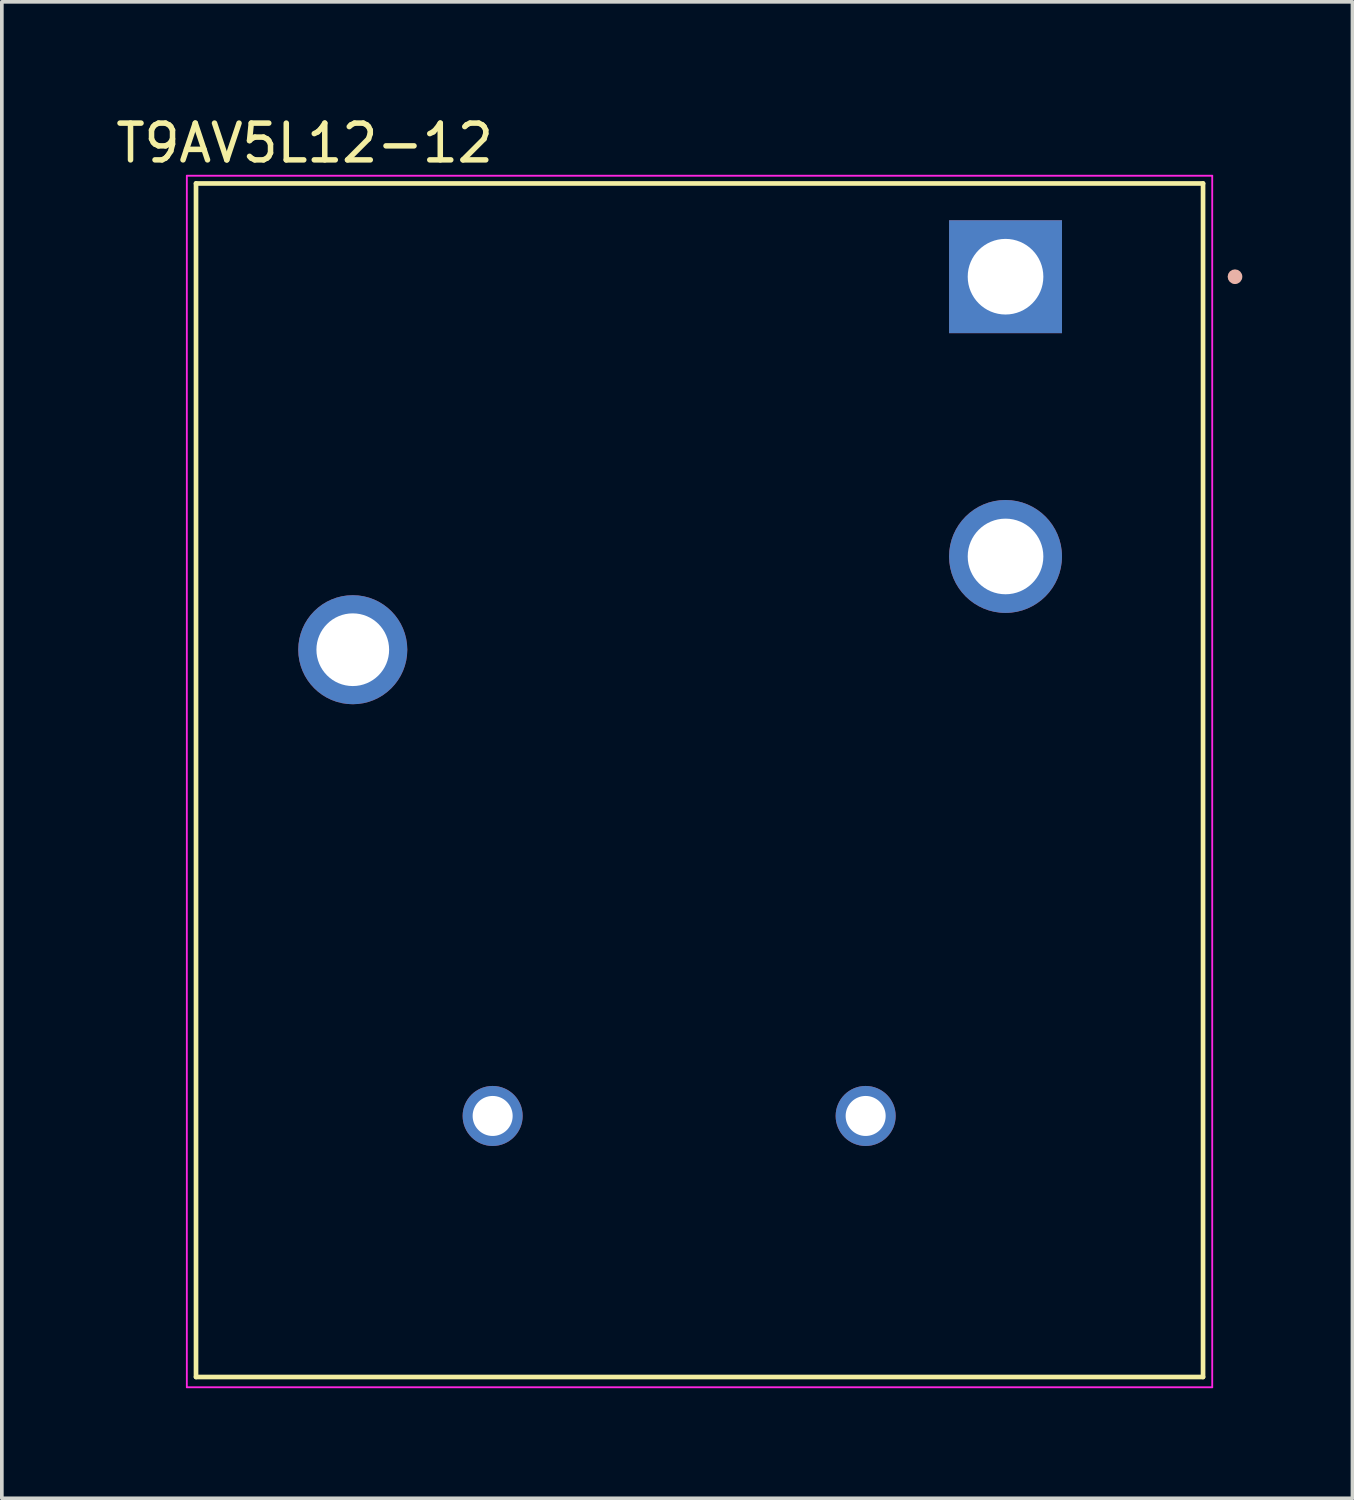
<source format=kicad_pcb>
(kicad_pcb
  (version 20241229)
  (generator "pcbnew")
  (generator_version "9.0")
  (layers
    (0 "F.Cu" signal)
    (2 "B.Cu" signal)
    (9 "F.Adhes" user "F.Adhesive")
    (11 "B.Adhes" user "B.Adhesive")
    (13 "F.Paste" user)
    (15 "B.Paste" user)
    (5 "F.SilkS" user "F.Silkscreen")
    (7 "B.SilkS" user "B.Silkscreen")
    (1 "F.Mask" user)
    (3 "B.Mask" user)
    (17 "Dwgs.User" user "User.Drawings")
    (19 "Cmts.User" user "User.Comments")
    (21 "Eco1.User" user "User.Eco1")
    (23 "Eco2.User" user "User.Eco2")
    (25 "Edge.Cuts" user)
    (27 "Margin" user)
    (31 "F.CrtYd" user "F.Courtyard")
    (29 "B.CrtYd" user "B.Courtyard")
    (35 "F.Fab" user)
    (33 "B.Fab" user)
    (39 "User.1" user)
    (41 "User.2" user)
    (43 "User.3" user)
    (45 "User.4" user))
  (footprint "T9AV5L12-12"
    (layer "F.Cu")
    (at 24.339 4.487)
    (property "Reference" "T9AV5L12-12" (at -19.091 -3.638 0) (layer "F.SilkS") (effects (font (size 1.001 1.001) (thickness 0.15))))
    (attr through_hole)
    (fp_line (start -22.05 -2.54) (end -22.05 29.97) (stroke (width 0.127) (type solid)) (layer "F.SilkS"))
    (fp_line (start -22.05 29.97) (end 5.38 29.97) (stroke (width 0.127) (type solid)) (layer "F.SilkS"))
    (fp_line (start 5.38 -2.54) (end -22.05 -2.54) (stroke (width 0.127) (type solid)) (layer "F.SilkS"))
    (fp_line (start 5.38 29.97) (end 5.38 -2.54) (stroke (width 0.127) (type solid)) (layer "F.SilkS"))
    (fp_circle (center 6.25 0) (end 6.35 0) (stroke (width 0.2) (type solid)) (fill no) (layer "B.SilkS"))
    (fp_line (start -22.3 -2.75) (end -22.3 30.25) (stroke (width 0.05) (type solid)) (layer "F.CrtYd"))
    (fp_line (start -22.3 30.25) (end 5.63 30.25) (stroke (width 0.05) (type solid)) (layer "F.CrtYd"))
    (fp_line (start 5.63 -2.75) (end -22.3 -2.75) (stroke (width 0.05) (type solid)) (layer "F.CrtYd"))
    (fp_line (start 5.63 30.25) (end 5.63 -2.75) (stroke (width 0.05) (type solid)) (layer "F.CrtYd"))
    (pad "1" thru_hole rect (at 0 0) (size 3.076 3.076) (drill 2.06) (layers "*.Cu" "*.Mask"))
    (pad "2" thru_hole circle (at 0 7.62) (size 3.076 3.076) (drill 2.06) (layers "*.Cu" "*.Mask"))
    (pad "3" thru_hole circle (at -3.81 22.86) (size 1.635 1.635) (drill 1.09) (layers "*.Cu" "*.Mask"))
    (pad "4" thru_hole circle (at -13.97 22.86) (size 1.635 1.635) (drill 1.09) (layers "*.Cu" "*.Mask"))
    (pad "5" thru_hole circle (at -17.78 10.16) (size 2.97 2.97) (drill 1.98) (layers "*.Cu" "*.Mask")))
  (gr_rect
    (start -3 -3)
    (end 33.789 37.762)
    (stroke (width 0.1) (type default))
    (fill no)
    (layer "Edge.Cuts")))
</source>
